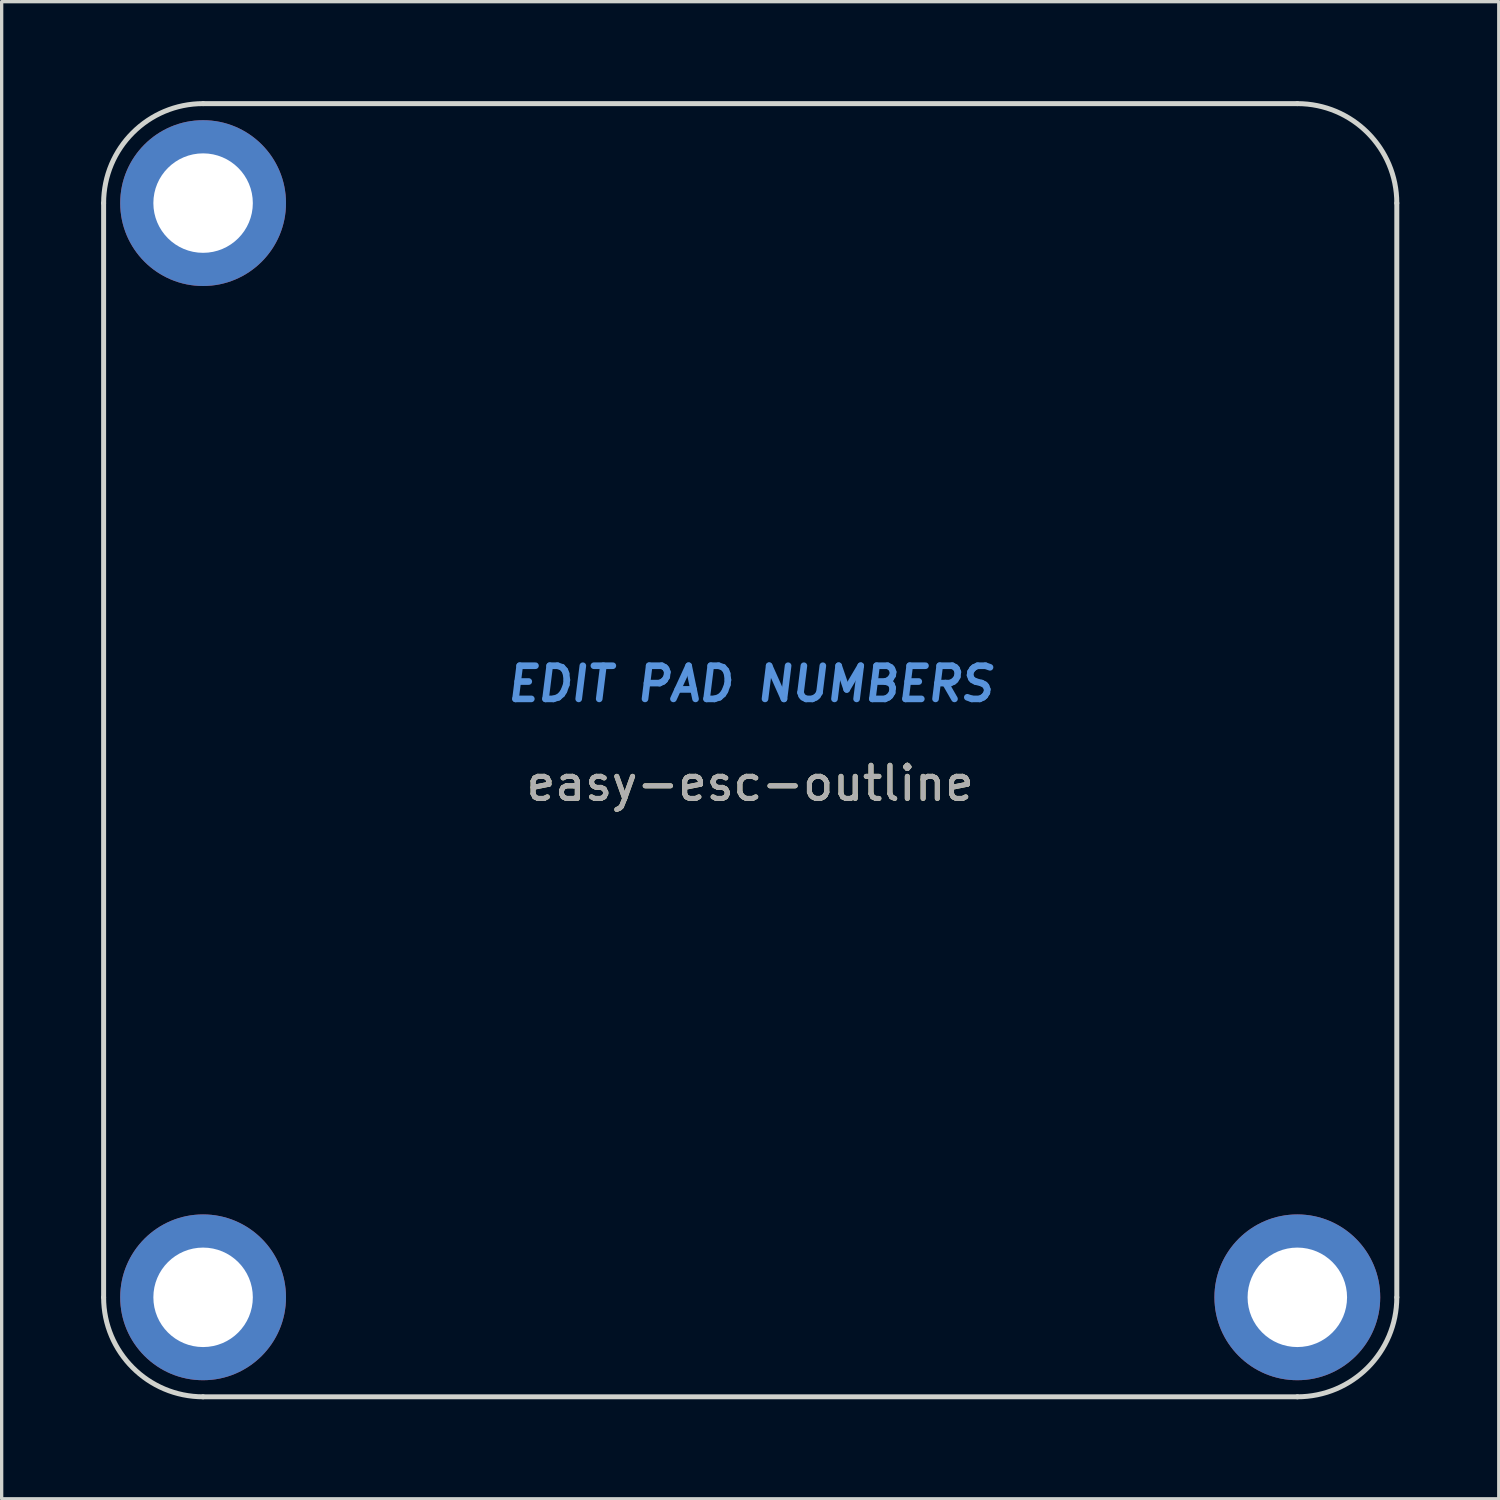
<source format=kicad_pcb>
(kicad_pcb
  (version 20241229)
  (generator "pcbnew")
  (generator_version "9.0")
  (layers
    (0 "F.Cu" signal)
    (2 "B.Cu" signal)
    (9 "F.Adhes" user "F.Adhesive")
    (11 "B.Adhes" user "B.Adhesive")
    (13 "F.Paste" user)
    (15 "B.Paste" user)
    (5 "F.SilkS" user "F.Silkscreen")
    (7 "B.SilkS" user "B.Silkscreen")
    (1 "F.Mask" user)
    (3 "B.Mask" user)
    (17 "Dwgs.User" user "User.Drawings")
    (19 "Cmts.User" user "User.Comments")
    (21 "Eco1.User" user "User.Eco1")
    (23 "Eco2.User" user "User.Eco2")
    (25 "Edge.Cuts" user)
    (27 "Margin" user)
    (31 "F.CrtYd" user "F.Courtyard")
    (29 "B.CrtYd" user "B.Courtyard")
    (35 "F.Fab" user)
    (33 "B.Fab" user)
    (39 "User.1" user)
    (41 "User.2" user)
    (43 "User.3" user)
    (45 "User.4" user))
  (footprint "easy-esc-outline"
    (layer "F.Cu")
    (at 19.575 19.575)
    (property "Reference" "easy-esc-outline" (at 0 1 0) (layer "F.SilkS") (effects (font (size 1 1) (thickness 0.15))))
    (attr through_hole)
    (fp_line (start -19.5 16.5) (end -19.5 -16.5) (stroke (width 0.15) (type solid)) (layer "Edge.Cuts"))
    (fp_line (start -16.5 -19.5) (end 16.5 -19.5) (stroke (width 0.15) (type solid)) (layer "Edge.Cuts"))
    (fp_line (start 16.5 19.5) (end -16.5 19.5) (stroke (width 0.15) (type solid)) (layer "Edge.Cuts"))
    (fp_line (start 19.5 -16.5) (end 19.5 16.5) (stroke (width 0.15) (type solid)) (layer "Edge.Cuts"))
    (fp_arc (start -19.5 -16.5) (mid -18.62132 -18.62132) (end -16.5 -19.5) (stroke (width 0.15) (type solid)) (layer "Edge.Cuts"))
    (fp_arc (start -16.5 19.5) (mid -18.62132 18.62132) (end -19.5 16.5) (stroke (width 0.15) (type solid)) (layer "Edge.Cuts"))
    (fp_arc (start 16.5 -19.5) (mid 18.62132 -18.62132) (end 19.5 -16.5) (stroke (width 0.15) (type solid)) (layer "Edge.Cuts"))
    (fp_arc (start 19.5 16.5) (mid 18.62132 18.62132) (end 16.5 19.5) (stroke (width 0.15) (type solid)) (layer "Edge.Cuts"))
    (fp_text user "EDIT PAD NUMBERS" (at 0 -2 0) (layer "Cmts.User") (effects (font (size 1 1) (thickness 0.2) (italic yes))))
    (fp_text user "${REFERENCE}" (at 0 1 0) (layer "F.Fab") (effects (font (size 1 1) (thickness 0.15))))
    (pad "1" thru_hole circle (at -16.5 -16.5) (size 5 5) (drill 3) (layers "*.Cu" "*.Mask"))
    (pad "1" thru_hole circle (at -16.5 16.5) (size 5 5) (drill 3) (layers "*.Cu" "*.Mask"))
    (pad "1" thru_hole circle (at 16.5 16.5) (size 5 5) (drill 3) (layers "*.Cu" "*.Mask")))
  (gr_rect
    (start -3 -3)
    (end 42.15 42.15)
    (stroke (width 0.1) (type default))
    (fill no)
    (layer "Edge.Cuts")))
</source>
